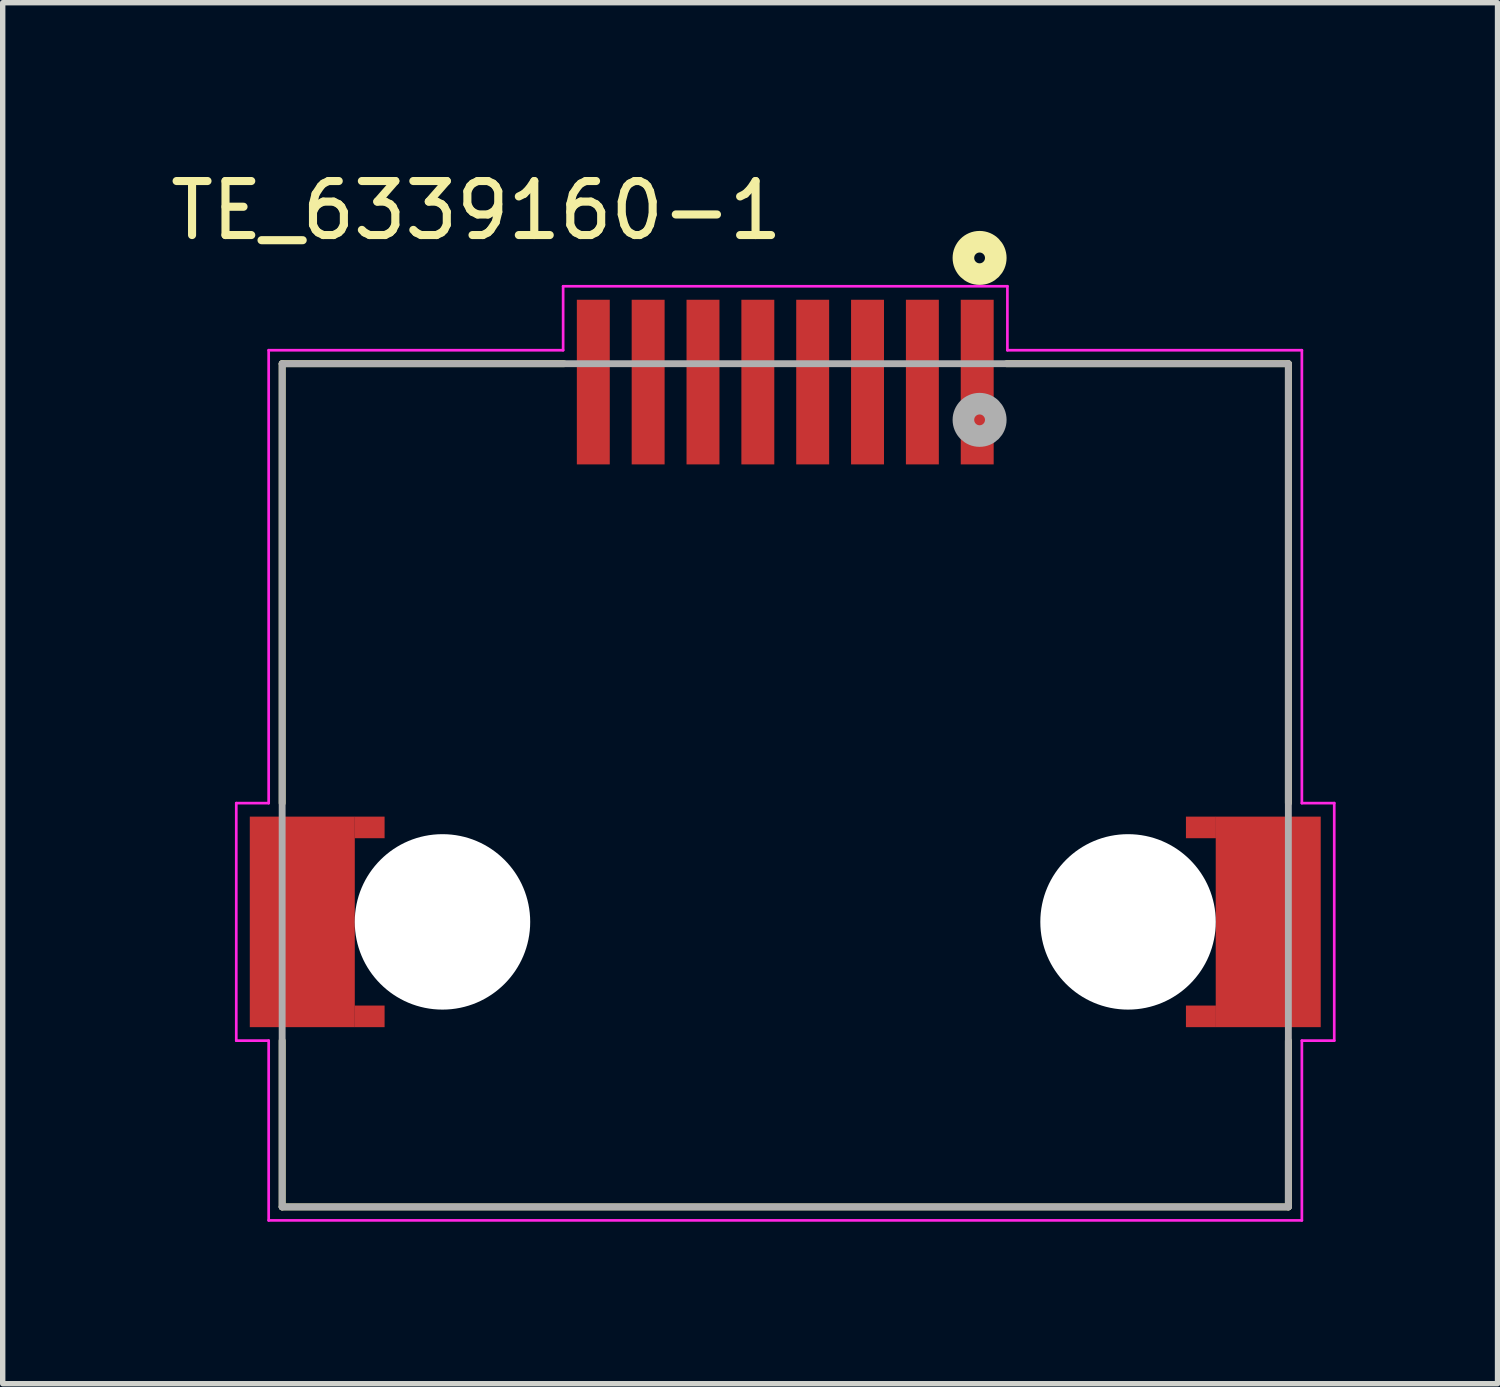
<source format=kicad_pcb>
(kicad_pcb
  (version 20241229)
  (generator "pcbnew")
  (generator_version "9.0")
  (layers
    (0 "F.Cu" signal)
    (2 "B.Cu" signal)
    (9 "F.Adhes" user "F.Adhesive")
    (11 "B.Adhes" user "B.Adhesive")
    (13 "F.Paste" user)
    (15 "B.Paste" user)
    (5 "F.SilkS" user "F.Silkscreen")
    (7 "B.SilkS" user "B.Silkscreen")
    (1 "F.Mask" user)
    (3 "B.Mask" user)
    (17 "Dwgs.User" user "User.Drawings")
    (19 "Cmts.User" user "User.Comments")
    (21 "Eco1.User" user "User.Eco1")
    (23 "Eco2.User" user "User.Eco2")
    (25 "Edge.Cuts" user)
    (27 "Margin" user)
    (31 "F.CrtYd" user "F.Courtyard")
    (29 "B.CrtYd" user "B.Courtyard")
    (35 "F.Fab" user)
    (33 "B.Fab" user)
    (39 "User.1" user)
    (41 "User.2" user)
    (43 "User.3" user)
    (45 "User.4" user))
  (footprint "TE_6339160-1"
    (layer "F.Cu")
    (at 11.497 4.028)
    (property "Reference" "TE_6339160-1" (at -5.722 -3.179 0) (layer "F.SilkS") (effects (font (size 1.001 1.001) (thickness 0.15))))
    (attr through_hole)
    (fp_line (start -9.32 -0.34) (end -4.1 -0.34) (stroke (width 0.127) (type solid)) (layer "F.SilkS"))
    (fp_line (start -9.32 7.8) (end -9.32 -0.34) (stroke (width 0.127) (type solid)) (layer "F.SilkS"))
    (fp_line (start -9.32 15.28) (end -9.32 12.2) (stroke (width 0.127) (type solid)) (layer "F.SilkS"))
    (fp_line (start 4.1 -0.34) (end 9.32 -0.34) (stroke (width 0.127) (type solid)) (layer "F.SilkS"))
    (fp_line (start 9.32 -0.34) (end 9.32 7.8) (stroke (width 0.127) (type solid)) (layer "F.SilkS"))
    (fp_line (start 9.32 12.2) (end 9.32 15.28) (stroke (width 0.127) (type solid)) (layer "F.SilkS"))
    (fp_line (start 9.32 15.28) (end -9.32 15.28) (stroke (width 0.127) (type solid)) (layer "F.SilkS"))
    (fp_circle (center 3.6 -2.3) (end 3.7 -2.3) (stroke (width 0.4) (type solid)) (fill no) (layer "F.SilkS"))
    (fp_line (start -10.17 7.8) (end -9.57 7.8) (stroke (width 0.05) (type solid)) (layer "F.CrtYd"))
    (fp_line (start -10.17 12.2) (end -10.17 7.8) (stroke (width 0.05) (type solid)) (layer "F.CrtYd"))
    (fp_line (start -9.57 -0.59) (end -4.115 -0.59) (stroke (width 0.05) (type solid)) (layer "F.CrtYd"))
    (fp_line (start -9.57 7.8) (end -9.57 -0.59) (stroke (width 0.05) (type solid)) (layer "F.CrtYd"))
    (fp_line (start -9.57 12.2) (end -10.17 12.2) (stroke (width 0.05) (type solid)) (layer "F.CrtYd"))
    (fp_line (start -9.57 15.53) (end -9.57 12.2) (stroke (width 0.05) (type solid)) (layer "F.CrtYd"))
    (fp_line (start -4.115 -1.775) (end 4.115 -1.775) (stroke (width 0.05) (type solid)) (layer "F.CrtYd"))
    (fp_line (start -4.115 -0.59) (end -4.115 -1.775) (stroke (width 0.05) (type solid)) (layer "F.CrtYd"))
    (fp_line (start 4.115 -1.775) (end 4.115 -0.59) (stroke (width 0.05) (type solid)) (layer "F.CrtYd"))
    (fp_line (start 4.115 -0.59) (end 9.57 -0.59) (stroke (width 0.05) (type solid)) (layer "F.CrtYd"))
    (fp_line (start 9.57 -0.59) (end 9.57 7.8) (stroke (width 0.05) (type solid)) (layer "F.CrtYd"))
    (fp_line (start 9.57 7.8) (end 10.17 7.8) (stroke (width 0.05) (type solid)) (layer "F.CrtYd"))
    (fp_line (start 9.57 12.2) (end 9.57 15.53) (stroke (width 0.05) (type solid)) (layer "F.CrtYd"))
    (fp_line (start 9.57 15.53) (end -9.57 15.53) (stroke (width 0.05) (type solid)) (layer "F.CrtYd"))
    (fp_line (start 10.17 7.8) (end 10.17 12.2) (stroke (width 0.05) (type solid)) (layer "F.CrtYd"))
    (fp_line (start 10.17 12.2) (end 9.57 12.2) (stroke (width 0.05) (type solid)) (layer "F.CrtYd"))
    (fp_line (start -9.32 -0.34) (end 9.32 -0.34) (stroke (width 0.127) (type solid)) (layer "F.Fab"))
    (fp_line (start -9.32 15.28) (end -9.32 -0.34) (stroke (width 0.127) (type solid)) (layer "F.Fab"))
    (fp_line (start 9.32 -0.34) (end 9.32 15.28) (stroke (width 0.127) (type solid)) (layer "F.Fab"))
    (fp_line (start 9.32 15.28) (end -9.32 15.28) (stroke (width 0.127) (type solid)) (layer "F.Fab"))
    (fp_circle (center 3.6 0.7) (end 3.7 0.7) (stroke (width 0.4) (type solid)) (fill no) (layer "F.Fab"))
    (pad "" np_thru_hole circle (at -6.35 10) (size 3.25 3.25) (drill 3.25) (layers "*.Cu" "*.Mask"))
    (pad "" np_thru_hole circle (at 6.35 10) (size 3.25 3.25) (drill 3.25) (layers "*.Cu" "*.Mask"))
    (pad "1" smd rect (at 3.556 0) (size 0.61 3.05) (layers "F.Cu" "F.Mask" "F.Paste"))
    (pad "2" smd rect (at 2.54 0) (size 0.61 3.05) (layers "F.Cu" "F.Mask" "F.Paste"))
    (pad "3" smd rect (at 1.524 0) (size 0.61 3.05) (layers "F.Cu" "F.Mask" "F.Paste"))
    (pad "4" smd rect (at 0.508 0) (size 0.61 3.05) (layers "F.Cu" "F.Mask" "F.Paste"))
    (pad "5" smd rect (at -0.508 0) (size 0.61 3.05) (layers "F.Cu" "F.Mask" "F.Paste"))
    (pad "6" smd rect (at -1.524 0) (size 0.61 3.05) (layers "F.Cu" "F.Mask" "F.Paste"))
    (pad "7" smd rect (at -2.54 0) (size 0.61 3.05) (layers "F.Cu" "F.Mask" "F.Paste"))
    (pad "8" smd rect (at -3.556 0) (size 0.61 3.05) (layers "F.Cu" "F.Mask" "F.Paste"))
    (pad "SH1" smd rect (at -8.947 10) (size 1.945 3.9) (layers "F.Cu" "F.Mask" "F.Paste"))
    (pad "SH1_1" smd rect (at -7.7 8.25) (size 0.555 0.4) (layers "F.Cu" "F.Mask" "F.Paste"))
    (pad "SH1_2" smd rect (at -7.7 11.75) (size 0.555 0.4) (layers "F.Cu" "F.Mask" "F.Paste"))
    (pad "SH2" smd rect (at 8.947 10) (size 1.945 3.9) (layers "F.Cu" "F.Mask" "F.Paste"))
    (pad "SH2_1" smd rect (at 7.7 8.25) (size 0.555 0.4) (layers "F.Cu" "F.Mask" "F.Paste"))
    (pad "SH2_2" smd rect (at 7.7 11.75) (size 0.555 0.4) (layers "F.Cu" "F.Mask" "F.Paste")))
  (gr_rect
    (start -3 -3)
    (end 24.692 22.583)
    (stroke (width 0.1) (type default))
    (fill no)
    (layer "Edge.Cuts")))
</source>
